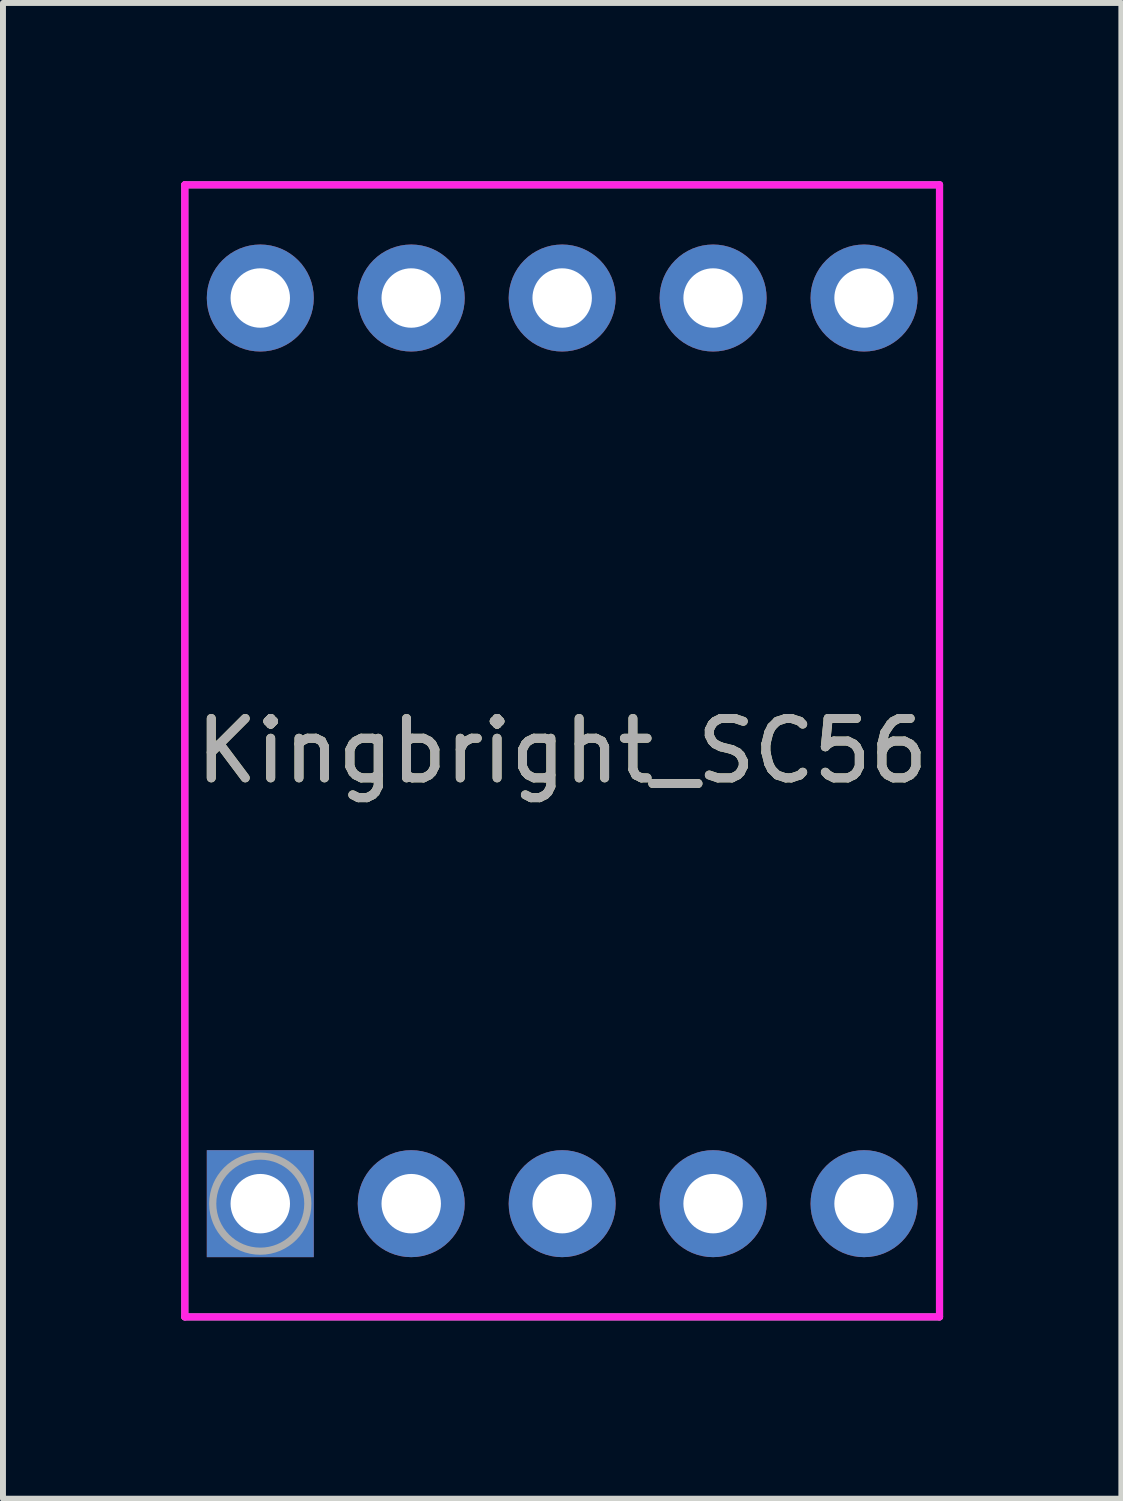
<source format=kicad_pcb>
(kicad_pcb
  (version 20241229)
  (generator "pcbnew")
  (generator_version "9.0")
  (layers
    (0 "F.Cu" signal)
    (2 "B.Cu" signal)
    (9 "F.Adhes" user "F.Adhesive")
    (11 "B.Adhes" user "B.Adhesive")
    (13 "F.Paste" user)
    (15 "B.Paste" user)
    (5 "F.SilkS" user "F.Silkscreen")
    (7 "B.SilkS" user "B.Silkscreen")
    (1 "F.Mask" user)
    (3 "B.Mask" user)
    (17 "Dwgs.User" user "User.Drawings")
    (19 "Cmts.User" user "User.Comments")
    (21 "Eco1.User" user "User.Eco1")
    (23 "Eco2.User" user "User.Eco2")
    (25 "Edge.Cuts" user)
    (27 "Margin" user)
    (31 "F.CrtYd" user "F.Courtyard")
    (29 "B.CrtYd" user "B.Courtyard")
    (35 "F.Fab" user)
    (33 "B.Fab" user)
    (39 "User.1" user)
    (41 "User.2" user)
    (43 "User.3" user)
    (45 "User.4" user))
  (footprint "Kingbright_SC56"
    (layer "F.Cu")
    (at 6.41 9.585)
    (property "Reference" "Kingbright_SC56" (at 0 0 0) (layer "F.SilkS") (effects (font (size 1 1) (thickness 0.15))))
    (attr through_hole)
    (fp_line (start -6.35 -9.525) (end 6.35 -9.525) (stroke (width 0.12) (type solid)) (layer "F.CrtYd"))
    (fp_line (start -6.35 9.525) (end -6.35 -9.525) (stroke (width 0.12) (type solid)) (layer "F.CrtYd"))
    (fp_line (start -6.35 9.525) (end 6.35 9.525) (stroke (width 0.12) (type solid)) (layer "F.CrtYd"))
    (fp_line (start 6.35 -9.525) (end 6.35 9.525) (stroke (width 0.12) (type solid)) (layer "F.CrtYd"))
    (fp_line (start -6.35 -9.525) (end 6.35 -9.525) (stroke (width 0.12) (type solid)) (layer "F.Fab"))
    (fp_line (start -6.35 9.525) (end -6.35 -9.525) (stroke (width 0.12) (type solid)) (layer "F.Fab"))
    (fp_line (start 6.35 -9.525) (end 6.35 9.525) (stroke (width 0.12) (type solid)) (layer "F.Fab"))
    (fp_line (start 6.35 9.525) (end -6.35 9.525) (stroke (width 0.12) (type solid)) (layer "F.Fab"))
    (fp_circle (center -5.08 7.62) (end -4.28 7.62) (stroke (width 0.12) (type solid)) (fill no) (layer "F.Fab"))
    (fp_text user "${REFERENCE}" (at 0 0 180) (layer "F.Fab") (effects (font (size 1 1) (thickness 0.15))))
    (pad "1" thru_hole rect (at -5.08 7.62) (size 1.8 1.8) (drill 1) (layers "*.Cu" "*.Mask"))
    (pad "2" thru_hole circle (at -2.54 7.62) (size 1.8 1.8) (drill 1) (layers "*.Cu" "*.Mask"))
    (pad "3" thru_hole circle (at 0 7.62) (size 1.8 1.8) (drill 1) (layers "*.Cu" "*.Mask"))
    (pad "4" thru_hole circle (at 2.54 7.62) (size 1.8 1.8) (drill 1) (layers "*.Cu" "*.Mask"))
    (pad "5" thru_hole circle (at 5.08 7.62) (size 1.8 1.8) (drill 1) (layers "*.Cu" "*.Mask"))
    (pad "6" thru_hole circle (at 5.08 -7.62) (size 1.8 1.8) (drill 1) (layers "*.Cu" "*.Mask"))
    (pad "7" thru_hole circle (at 2.54 -7.62) (size 1.8 1.8) (drill 1) (layers "*.Cu" "*.Mask"))
    (pad "8" thru_hole circle (at 0 -7.62) (size 1.8 1.8) (drill 1) (layers "*.Cu" "*.Mask"))
    (pad "9" thru_hole circle (at -2.54 -7.62) (size 1.8 1.8) (drill 1) (layers "*.Cu" "*.Mask"))
    (pad "10" thru_hole circle (at -5.08 -7.62) (size 1.8 1.8) (drill 1) (layers "*.Cu" "*.Mask")))
  (gr_rect
    (start -3 -3)
    (end 15.82 22.17)
    (stroke (width 0.1) (type default))
    (fill no)
    (layer "Edge.Cuts")))
</source>
